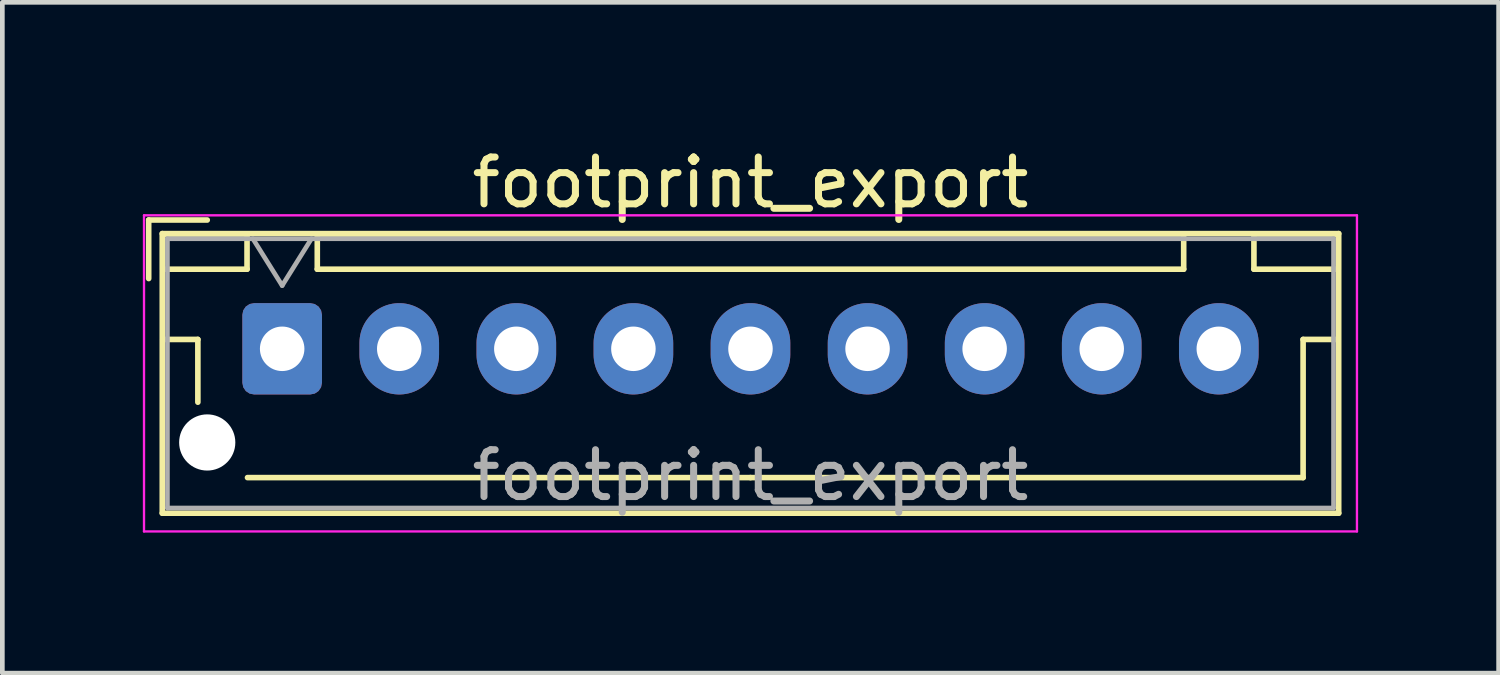
<source format=kicad_pcb>
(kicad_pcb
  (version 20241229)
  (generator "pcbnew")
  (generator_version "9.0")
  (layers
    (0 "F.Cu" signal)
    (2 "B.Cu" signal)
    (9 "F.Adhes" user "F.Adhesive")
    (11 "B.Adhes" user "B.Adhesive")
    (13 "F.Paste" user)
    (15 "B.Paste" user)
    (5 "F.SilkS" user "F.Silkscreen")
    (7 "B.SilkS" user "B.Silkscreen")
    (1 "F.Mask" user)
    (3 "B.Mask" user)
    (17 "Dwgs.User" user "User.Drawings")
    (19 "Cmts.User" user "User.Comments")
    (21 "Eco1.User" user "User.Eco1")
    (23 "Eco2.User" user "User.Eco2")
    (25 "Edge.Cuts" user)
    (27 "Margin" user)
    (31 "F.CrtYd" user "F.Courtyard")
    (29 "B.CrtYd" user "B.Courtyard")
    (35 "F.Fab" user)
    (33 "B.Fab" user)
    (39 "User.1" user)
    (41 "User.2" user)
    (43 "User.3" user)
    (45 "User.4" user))
  (footprint "footprint_export"
    (layer "F.Cu")
    (at 2.975 4.398)
    (property "Reference" "footprint_export" (at 10 -3.55 0) (layer "F.SilkS") (effects (font (size 1 1) (thickness 0.15))))
    (attr through_hole)
    (fp_line (start -2.85 -2.75) (end -2.85 -1.5) (stroke (width 0.12) (type solid)) (layer "F.SilkS"))
    (fp_line (start -2.56 -2.46) (end -2.56 3.51) (stroke (width 0.12) (type solid)) (layer "F.SilkS"))
    (fp_line (start -2.56 3.51) (end 22.56 3.51) (stroke (width 0.12) (type solid)) (layer "F.SilkS"))
    (fp_line (start -2.55 -2.45) (end -2.55 -1.7) (stroke (width 0.12) (type solid)) (layer "F.SilkS"))
    (fp_line (start -2.55 -1.7) (end -0.75 -1.7) (stroke (width 0.12) (type solid)) (layer "F.SilkS"))
    (fp_line (start -2.55 -0.2) (end -1.8 -0.2) (stroke (width 0.12) (type solid)) (layer "F.SilkS"))
    (fp_line (start -1.8 -0.2) (end -1.8 1.14) (stroke (width 0.12) (type solid)) (layer "F.SilkS"))
    (fp_line (start -1.6 -2.75) (end -2.85 -2.75) (stroke (width 0.12) (type solid)) (layer "F.SilkS"))
    (fp_line (start -0.75 -2.45) (end -2.55 -2.45) (stroke (width 0.12) (type solid)) (layer "F.SilkS"))
    (fp_line (start -0.75 -1.7) (end -0.75 -2.45) (stroke (width 0.12) (type solid)) (layer "F.SilkS"))
    (fp_line (start 0.75 -2.45) (end 0.75 -1.7) (stroke (width 0.12) (type solid)) (layer "F.SilkS"))
    (fp_line (start 0.75 -1.7) (end 19.25 -1.7) (stroke (width 0.12) (type solid)) (layer "F.SilkS"))
    (fp_line (start 10 2.75) (end -0.74 2.75) (stroke (width 0.12) (type solid)) (layer "F.SilkS"))
    (fp_line (start 19.25 -2.45) (end 0.75 -2.45) (stroke (width 0.12) (type solid)) (layer "F.SilkS"))
    (fp_line (start 19.25 -1.7) (end 19.25 -2.45) (stroke (width 0.12) (type solid)) (layer "F.SilkS"))
    (fp_line (start 20.75 -2.45) (end 20.75 -1.7) (stroke (width 0.12) (type solid)) (layer "F.SilkS"))
    (fp_line (start 20.75 -1.7) (end 22.55 -1.7) (stroke (width 0.12) (type solid)) (layer "F.SilkS"))
    (fp_line (start 21.8 -0.2) (end 21.8 2.75) (stroke (width 0.12) (type solid)) (layer "F.SilkS"))
    (fp_line (start 21.8 2.75) (end 10 2.75) (stroke (width 0.12) (type solid)) (layer "F.SilkS"))
    (fp_line (start 22.55 -2.45) (end 20.75 -2.45) (stroke (width 0.12) (type solid)) (layer "F.SilkS"))
    (fp_line (start 22.55 -1.7) (end 22.55 -2.45) (stroke (width 0.12) (type solid)) (layer "F.SilkS"))
    (fp_line (start 22.55 -0.2) (end 21.8 -0.2) (stroke (width 0.12) (type solid)) (layer "F.SilkS"))
    (fp_line (start 22.56 -2.46) (end -2.56 -2.46) (stroke (width 0.12) (type solid)) (layer "F.SilkS"))
    (fp_line (start 22.56 3.51) (end 22.56 -2.46) (stroke (width 0.12) (type solid)) (layer "F.SilkS"))
    (fp_line (start -2.95 -2.85) (end -2.95 3.9) (stroke (width 0.05) (type solid)) (layer "F.CrtYd"))
    (fp_line (start -2.95 3.9) (end 22.95 3.9) (stroke (width 0.05) (type solid)) (layer "F.CrtYd"))
    (fp_line (start 22.95 -2.85) (end -2.95 -2.85) (stroke (width 0.05) (type solid)) (layer "F.CrtYd"))
    (fp_line (start 22.95 3.9) (end 22.95 -2.85) (stroke (width 0.05) (type solid)) (layer "F.CrtYd"))
    (fp_line (start -2.45 -2.35) (end -2.45 3.4) (stroke (width 0.1) (type solid)) (layer "F.Fab"))
    (fp_line (start -2.45 3.4) (end 22.45 3.4) (stroke (width 0.1) (type solid)) (layer "F.Fab"))
    (fp_line (start -0.625 -2.35) (end 0 -1.35) (stroke (width 0.1) (type solid)) (layer "F.Fab"))
    (fp_line (start 0 -1.35) (end 0.625 -2.35) (stroke (width 0.1) (type solid)) (layer "F.Fab"))
    (fp_line (start 22.45 -2.35) (end -2.45 -2.35) (stroke (width 0.1) (type solid)) (layer "F.Fab"))
    (fp_line (start 22.45 3.4) (end 22.45 -2.35) (stroke (width 0.1) (type solid)) (layer "F.Fab"))
    (fp_text user "${REFERENCE}" (at 10 2.7 0) (layer "F.Fab") (effects (font (size 1 1) (thickness 0.15))))
    (pad "" np_thru_hole circle (at -1.6 2) (size 1.2 1.2) (drill 1.2) (layers "*.Cu" "*.Mask"))
    (pad "1" thru_hole roundrect (at 0 0) (size 1.7 1.95) (drill 0.95) (layers "*.Cu" "*.Mask") (roundrect_rratio 0.147))
    (pad "2" thru_hole oval (at 2.5 0) (size 1.7 1.95) (drill 0.95) (layers "*.Cu" "*.Mask"))
    (pad "3" thru_hole oval (at 5 0) (size 1.7 1.95) (drill 0.95) (layers "*.Cu" "*.Mask"))
    (pad "4" thru_hole oval (at 7.5 0) (size 1.7 1.95) (drill 0.95) (layers "*.Cu" "*.Mask"))
    (pad "5" thru_hole oval (at 10 0) (size 1.7 1.95) (drill 0.95) (layers "*.Cu" "*.Mask"))
    (pad "6" thru_hole oval (at 12.5 0) (size 1.7 1.95) (drill 0.95) (layers "*.Cu" "*.Mask"))
    (pad "7" thru_hole oval (at 15 0) (size 1.7 1.95) (drill 0.95) (layers "*.Cu" "*.Mask"))
    (pad "8" thru_hole oval (at 17.5 0) (size 1.7 1.95) (drill 0.95) (layers "*.Cu" "*.Mask"))
    (pad "9" thru_hole oval (at 20 0) (size 1.7 1.95) (drill 0.95) (layers "*.Cu" "*.Mask")))
  (gr_rect
    (start -3 -3)
    (end 28.95 11.323)
    (stroke (width 0.1) (type default))
    (fill no)
    (layer "Edge.Cuts")))
</source>
